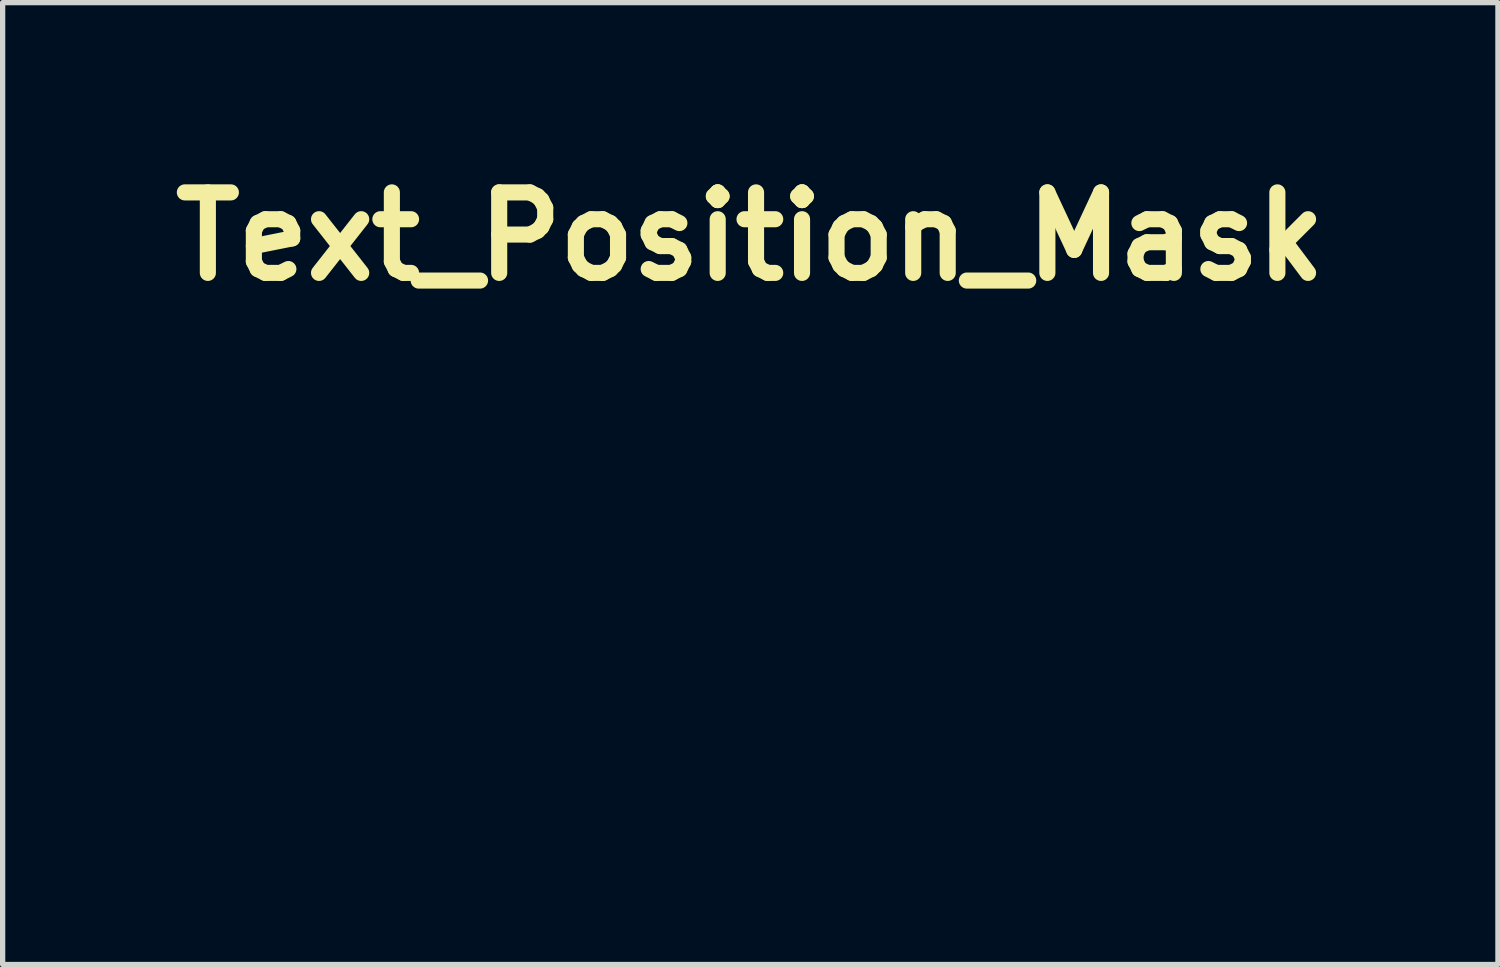
<source format=kicad_pcb>
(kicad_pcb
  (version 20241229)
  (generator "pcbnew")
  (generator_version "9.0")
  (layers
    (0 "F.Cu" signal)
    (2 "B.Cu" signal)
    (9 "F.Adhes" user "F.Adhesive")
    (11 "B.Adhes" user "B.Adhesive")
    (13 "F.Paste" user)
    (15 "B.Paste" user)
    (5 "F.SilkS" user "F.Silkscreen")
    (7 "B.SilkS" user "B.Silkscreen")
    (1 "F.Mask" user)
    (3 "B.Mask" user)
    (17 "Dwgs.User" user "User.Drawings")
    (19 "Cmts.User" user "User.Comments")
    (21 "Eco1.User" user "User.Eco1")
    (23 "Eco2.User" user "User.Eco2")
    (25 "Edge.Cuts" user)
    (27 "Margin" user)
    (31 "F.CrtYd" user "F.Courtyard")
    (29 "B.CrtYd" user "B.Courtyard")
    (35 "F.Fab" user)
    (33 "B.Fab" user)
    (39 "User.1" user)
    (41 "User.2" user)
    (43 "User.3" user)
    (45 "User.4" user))
  (footprint "Text_Position_Mask"
    (layer "F.Cu")
    (at 11.154 11.959)
    (property "Reference" "Text_Position_Mask" (at 0 -10.532 0) (layer "F.SilkS") (effects (font (size 1.524 1.524) (thickness 0.305))))
    (attr smd)
    (fp_poly (pts (xy 2.389 -1.711) (xy 2.239 -1.713) (xy 2.239 -0.034) (xy 2.217 -0.03) (xy 2.192 -0.028) (xy 2.165 -0.026) (xy 2.136 -0.026) (xy 2.113 -0.026) (xy 2.09 -0.027) (xy 2.069 -0.029) (xy 2.049 -0.031) (xy 2.03 -0.034) (xy 2.03 -1.713) (xy 1.883 -1.711) (xy 1.535 -1.711) (xy 1.532 -1.734) (xy 1.529 -1.756) (xy 1.528 -1.777) (xy 1.527 -1.798) (xy 1.528 -1.82) (xy 1.529 -1.843) (xy 1.532 -1.866) (xy 1.535 -1.89) (xy 2.731 -1.89) (xy 2.738 -1.871) (xy 2.743 -1.851) (xy 2.747 -1.828) (xy 2.748 -1.803) (xy 2.746 -1.784) (xy 2.741 -1.767) (xy 2.733 -1.752) (xy 2.722 -1.739) (xy 2.708 -1.729) (xy 2.691 -1.721) (xy 2.67 -1.715) (xy 2.647 -1.712) (xy 2.62 -1.711) (xy 2.389 -1.711)) (stroke (width 0) (type solid)) (fill yes) (layer "F.Mask"))
    (fp_poly (pts (xy 1.142 -1.303) (xy 1.142 -1.326) (xy 1.14 -1.349) (xy 1.138 -1.372) (xy 1.134 -1.395) (xy 1.13 -1.418) (xy 1.124 -1.441) (xy 1.118 -1.463) (xy 1.111 -1.486) (xy 1.103 -1.508) (xy 1.093 -1.53) (xy 1.082 -1.55) (xy 1.07 -1.57) (xy 1.057 -1.589) (xy 1.042 -1.607) (xy 1.026 -1.626) (xy 1.01 -1.643) (xy 0.992 -1.658) (xy 0.972 -1.673) (xy 0.951 -1.687) (xy 0.929 -1.699) (xy 0.906 -1.711) (xy 0.885 -1.72) (xy 0.863 -1.727) (xy 0.84 -1.734) (xy 0.816 -1.739) (xy 0.79 -1.743) (xy 0.764 -1.746) (xy 0.736 -1.748) (xy 0.708 -1.749) (xy 0.682 -1.748) (xy 0.657 -1.746) (xy 0.633 -1.743) (xy 0.61 -1.739) (xy 0.587 -1.733) (xy 0.565 -1.726) (xy 0.543 -1.718) (xy 0.523 -1.709) (xy 0.502 -1.698) (xy 0.483 -1.686) (xy 0.464 -1.673) (xy 0.445 -1.658) (xy 0.428 -1.642) (xy 0.411 -1.625) (xy 0.394 -1.607) (xy 0.378 -1.588) (xy 0.363 -1.567) (xy 0.349 -1.545) (xy 0.339 -1.528) (xy 0.329 -1.51) (xy 0.319 -1.491) (xy 0.311 -1.472) (xy 0.302 -1.453) (xy 0.294 -1.432) (xy 0.286 -1.411) (xy 0.279 -1.39) (xy 0.273 -1.368) (xy 0.266 -1.345) (xy 0.26 -1.322) (xy 0.255 -1.298) (xy 0.25 -1.274) (xy 0.245 -1.249) (xy 0.241 -1.223) (xy 0.238 -1.197) (xy 0.234 -1.17) (xy 0.232 -1.143) (xy 0.229 -1.115) (xy 0.227 -1.086) (xy 0.226 -1.057) (xy 0.225 -1.027) (xy 0.224 -0.997) (xy 0.224 -0.966) (xy 0.224 -0.935) (xy 0.225 -0.904) (xy 0.226 -0.874) (xy 0.227 -0.845) (xy 0.229 -0.816) (xy 0.232 -0.788) (xy 0.235 -0.76) (xy 0.238 -0.734) (xy 0.242 -0.707) (xy 0.246 -0.681) (xy 0.251 -0.656) (xy 0.256 -0.632) (xy 0.262 -0.608) (xy 0.268 -0.585) (xy 0.275 -0.562) (xy 0.282 -0.54) (xy 0.289 -0.518) (xy 0.297 -0.497) (xy 0.306 -0.477) (xy 0.314 -0.457) (xy 0.324 -0.438) (xy 0.333 -0.42) (xy 0.344 -0.402) (xy 0.354 -0.384) (xy 0.368 -0.364) (xy 0.383 -0.344) (xy 0.398 -0.326) (xy 0.414 -0.309) (xy 0.43 -0.293) (xy 0.447 -0.277) (xy 0.465 -0.264) (xy 0.483 -0.251) (xy 0.502 -0.239) (xy 0.522 -0.228) (xy 0.542 -0.219) (xy 0.562 -0.211) (xy 0.584 -0.203) (xy 0.605 -0.197) (xy 0.628 -0.192) (xy 0.651 -0.188) (xy 0.675 -0.186) (xy 0.699 -0.184) (xy 0.724 -0.183) (xy 0.746 -0.184) (xy 0.768 -0.185) (xy 0.79 -0.187) (xy 0.812 -0.19) (xy 0.834 -0.194) (xy 0.856 -0.199) (xy 0.878 -0.205) (xy 0.9 -0.212) (xy 0.923 -0.219) (xy 0.945 -0.228) (xy 0.967 -0.237) (xy 0.989 -0.247) (xy 1.012 -0.258) (xy 1.034 -0.27) (xy 1.056 -0.283) (xy 1.079 -0.297) (xy 1.101 -0.312) (xy 1.123 -0.327) (xy 1.146 -0.343) (xy 1.168 -0.361) (xy 1.191 -0.379) (xy 1.213 -0.398) (xy 1.233 -0.385) (xy 1.252 -0.371) (xy 1.269 -0.356) (xy 1.284 -0.34) (xy 1.297 -0.322) (xy 1.309 -0.303) (xy 1.319 -0.283) (xy 1.327 -0.262) (xy 1.311 -0.246) (xy 1.293 -0.23) (xy 1.276 -0.214) (xy 1.258 -0.199) (xy 1.239 -0.184) (xy 1.219 -0.17) (xy 1.199 -0.156) (xy 1.179 -0.143) (xy 1.158 -0.13) (xy 1.136 -0.117) (xy 1.114 -0.105) (xy 1.092 -0.094) (xy 1.068 -0.083) (xy 1.045 -0.072) (xy 1.021 -0.062) (xy 0.997 -0.053) (xy 0.972 -0.045) (xy 0.948 -0.037) (xy 0.923 -0.03) (xy 0.898 -0.024) (xy 0.873 -0.019) (xy 0.848 -0.014) (xy 0.822 -0.01) (xy 0.797 -0.007) (xy 0.771 -0.004) (xy 0.744 -0.003) (xy 0.718 -0.002) (xy 0.691 -0.001) (xy 0.664 -0.002) (xy 0.636 -0.003) (xy 0.61 -0.005) (xy 0.584 -0.008) (xy 0.559 -0.012) (xy 0.534 -0.017) (xy 0.51 -0.023) (xy 0.487 -0.029) (xy 0.464 -0.036) (xy 0.442 -0.045) (xy 0.42 -0.054) (xy 0.399 -0.064) (xy 0.379 -0.075) (xy 0.357 -0.088) (xy 0.336 -0.102) (xy 0.316 -0.116) (xy 0.297 -0.131) (xy 0.278 -0.147) (xy 0.26 -0.164) (xy 0.242 -0.182) (xy 0.225 -0.2) (xy 0.209 -0.219) (xy 0.193 -0.239) (xy 0.178 -0.26) (xy 0.164 -0.281) (xy 0.152 -0.301) (xy 0.14 -0.322) (xy 0.129 -0.344) (xy 0.118 -0.365) (xy 0.107 -0.388) (xy 0.097 -0.41) (xy 0.088 -0.433) (xy 0.079 -0.457) (xy 0.071 -0.481) (xy 0.063 -0.506) (xy 0.055 -0.531) (xy 0.048 -0.557) (xy 0.042 -0.583) (xy 0.037 -0.606) (xy 0.032 -0.63) (xy 0.028 -0.653) (xy 0.024 -0.677) (xy 0.021 -0.701) (xy 0.017 -0.725) (xy 0.014 -0.75) (xy 0.012 -0.775) (xy 0.01 -0.799) (xy 0.008 -0.824) (xy 0.006 -0.85) (xy 0.005 -0.875) (xy 0.004 -0.901) (xy 0.004 -0.926) (xy 0.004 -0.952) (xy 0.004 -0.981) (xy 0.004 -1.009) (xy 0.005 -1.036) (xy 0.007 -1.063) (xy 0.008 -1.09) (xy 0.01 -1.116) (xy 0.013 -1.142) (xy 0.016 -1.167) (xy 0.019 -1.192) (xy 0.022 -1.216) (xy 0.026 -1.24) (xy 0.031 -1.264) (xy 0.035 -1.287) (xy 0.04 -1.31) (xy 0.046 -1.333) (xy 0.052 -1.355) (xy 0.058 -1.376) (xy 0.067 -1.404) (xy 0.076 -1.431) (xy 0.085 -1.457) (xy 0.095 -1.483) (xy 0.106 -1.507) (xy 0.117 -1.531) (xy 0.128 -1.554) (xy 0.14 -1.577) (xy 0.153 -1.599) (xy 0.166 -1.62) (xy 0.179 -1.64) (xy 0.193 -1.659) (xy 0.207 -1.678) (xy 0.224 -1.698) (xy 0.24 -1.717) (xy 0.257 -1.735) (xy 0.274 -1.753) (xy 0.292 -1.769) (xy 0.311 -1.785) (xy 0.33 -1.8) (xy 0.349 -1.813) (xy 0.368 -1.826) (xy 0.389 -1.839) (xy 0.409 -1.85) (xy 0.43 -1.86) (xy 0.454 -1.871) (xy 0.477 -1.881) (xy 0.501 -1.89) (xy 0.526 -1.897) (xy 0.55 -1.904) (xy 0.575 -1.91) (xy 0.601 -1.914) (xy 0.626 -1.918) (xy 0.652 -1.921) (xy 0.678 -1.922) (xy 0.705 -1.923) (xy 0.731 -1.922) (xy 0.757 -1.921) (xy 0.783 -1.919) (xy 0.808 -1.917) (xy 0.833 -1.914) (xy 0.857 -1.91) (xy 0.881 -1.905) (xy 0.904 -1.9) (xy 0.927 -1.894) (xy 0.949 -1.887) (xy 0.971 -1.879) (xy 0.997 -1.869) (xy 1.023 -1.859) (xy 1.047 -1.847) (xy 1.07 -1.835) (xy 1.093 -1.823) (xy 1.115 -1.809) (xy 1.136 -1.795) (xy 1.156 -1.78) (xy 1.175 -1.765) (xy 1.193 -1.749) (xy 1.211 -1.733) (xy 1.227 -1.716) (xy 1.242 -1.698) (xy 1.257 -1.68) (xy 1.27 -1.661) (xy 1.283 -1.642) (xy 1.295 -1.622) (xy 1.305 -1.602) (xy 1.316 -1.579) (xy 1.326 -1.555) (xy 1.334 -1.532) (xy 1.34 -1.508) (xy 1.345 -1.484) (xy 1.349 -1.46) (xy 1.351 -1.436) (xy 1.352 -1.412) (xy 1.35 -1.389) (xy 1.347 -1.368) (xy 1.341 -1.349) (xy 1.333 -1.334) (xy 1.322 -1.32) (xy 1.31 -1.309) (xy 1.294 -1.3) (xy 1.277 -1.294) (xy 1.257 -1.291) (xy 1.235 -1.289) (xy 1.215 -1.29) (xy 1.193 -1.293) (xy 1.169 -1.297) (xy 1.142 -1.303) (xy 1.142 -1.303)) (stroke (width 0) (type solid)) (fill yes) (layer "F.Mask"))
    (fp_poly (pts (xy 3.099 -1.238) (xy 2.937 -0.465) (xy 2.929 -0.487) (xy 2.921 -0.51) (xy 2.914 -0.532) (xy 2.907 -0.556) (xy 2.9 -0.58) (xy 2.894 -0.604) (xy 2.889 -0.629) (xy 2.884 -0.654) (xy 2.879 -0.68) (xy 2.875 -0.706) (xy 2.871 -0.732) (xy 2.868 -0.759) (xy 2.865 -0.787) (xy 2.862 -0.814) (xy 2.86 -0.843) (xy 2.859 -0.872) (xy 2.858 -0.901) (xy 2.857 -0.931) (xy 2.857 -0.961) (xy 2.857 -0.987) (xy 2.857 -1.014) (xy 2.858 -1.04) (xy 2.86 -1.066) (xy 2.861 -1.091) (xy 2.863 -1.116) (xy 2.866 -1.141) (xy 2.868 -1.166) (xy 2.871 -1.19) (xy 2.875 -1.214) (xy 2.879 -1.238) (xy 2.883 -1.261) (xy 2.887 -1.284) (xy 2.892 -1.307) (xy 2.897 -1.33) (xy 2.903 -1.352) (xy 2.911 -1.379) (xy 2.919 -1.406) (xy 2.928 -1.432) (xy 2.937 -1.457) (xy 2.947 -1.482) (xy 2.957 -1.506) (xy 2.968 -1.529) (xy 2.98 -1.552) (xy 2.992 -1.574) (xy 3.004 -1.596) (xy 3.017 -1.617) (xy 3.03 -1.637) (xy 3.044 -1.656) (xy 3.06 -1.677) (xy 3.076 -1.697) (xy 3.093 -1.717) (xy 3.111 -1.735) (xy 3.129 -1.752) (xy 3.148 -1.769) (xy 3.167 -1.785) (xy 3.187 -1.8) (xy 3.207 -1.814) (xy 3.228 -1.828) (xy 3.25 -1.84) (xy 3.273 -1.852) (xy 3.294 -1.863) (xy 3.316 -1.872) (xy 3.339 -1.881) (xy 3.361 -1.889) (xy 3.385 -1.896) (xy 3.409 -1.902) (xy 3.433 -1.908) (xy 3.458 -1.912) (xy 3.483 -1.916) (xy 3.508 -1.919) (xy 3.534 -1.921) (xy 3.561 -1.922) (xy 3.588 -1.923) (xy 3.614 -1.922) (xy 3.64 -1.921) (xy 3.666 -1.919) (xy 3.691 -1.916) (xy 3.716 -1.913) (xy 3.74 -1.908) (xy 3.763 -1.903) (xy 3.786 -1.897) (xy 3.809 -1.89) (xy 3.831 -1.883) (xy 3.852 -1.874) (xy 3.873 -1.865) (xy 3.894 -1.855) (xy 3.914 -1.844) (xy 3.935 -1.832) (xy 3.955 -1.819) (xy 3.975 -1.806) (xy 3.995 -1.792) (xy 4.013 -1.777) (xy 4.032 -1.762) (xy 4.049 -1.745) (xy 4.066 -1.729) (xy 4.082 -1.711) (xy 4.098 -1.693) (xy 4.114 -1.674) (xy 4.128 -1.655) (xy 4.142 -1.635) (xy 4.156 -1.614) (xy 4.17 -1.593) (xy 4.182 -1.572) (xy 4.195 -1.55) (xy 4.206 -1.528) (xy 4.217 -1.505) (xy 4.228 -1.482) (xy 4.237 -1.458) (xy 4.247 -1.433) (xy 4.255 -1.408) (xy 4.264 -1.383) (xy 4.271 -1.357) (xy 4.278 -1.33) (xy 4.284 -1.307) (xy 4.289 -1.284) (xy 4.294 -1.26) (xy 4.298 -1.236) (xy 4.302 -1.212) (xy 4.306 -1.188) (xy 4.309 -1.164) (xy 4.312 -1.139) (xy 4.315 -1.115) (xy 4.317 -1.09) (xy 4.319 -1.065) (xy 4.32 -1.04) (xy 4.321 -1.014) (xy 4.321 -0.989) (xy 4.322 -0.963) (xy 4.321 -0.937) (xy 4.321 -0.91) (xy 4.32 -0.884) (xy 4.319 -0.858) (xy 4.317 -0.833) (xy 4.315 -0.807) (xy 4.312 -0.782) (xy 4.309 -0.757) (xy 4.306 -0.733) (xy 4.303 -0.709) (xy 4.299 -0.685) (xy 4.294 -0.661) (xy 4.289 -0.638) (xy 4.284 -0.615) (xy 4.279 -0.592) (xy 4.273 -0.569) (xy 4.265 -0.542) (xy 4.257 -0.516) (xy 4.249 -0.49) (xy 4.24 -0.465) (xy 4.23 -0.441) (xy 4.22 -0.417) (xy 4.21 -0.393) (xy 4.198 -0.37) (xy 4.187 -0.348) (xy 4.174 -0.326) (xy 4.161 -0.305) (xy 4.148 -0.285) (xy 4.134 -0.265) (xy 4.118 -0.244) (xy 4.102 -0.225) (xy 4.085 -0.206) (xy 4.067 -0.188) (xy 4.049 -0.17) (xy 4.03 -0.153) (xy 4.011 -0.138) (xy 3.99 -0.122) (xy 3.97 -0.108) (xy 3.948 -0.094) (xy 3.926 -0.081) (xy 3.903 -0.069) (xy 3.882 -0.059) (xy 3.86 -0.05) (xy 3.838 -0.041) (xy 3.815 -0.034) (xy 3.792 -0.027) (xy 3.768 -0.021) (xy 3.744 -0.016) (xy 3.719 -0.011) (xy 3.694 -0.008) (xy 3.668 -0.005) (xy 3.642 -0.003) (xy 3.615 -0.002) (xy 3.588 -0.001) (xy 3.561 -0.002) (xy 3.535 -0.003) (xy 3.509 -0.005) (xy 3.484 -0.008) (xy 3.459 -0.011) (xy 3.435 -0.015) (xy 3.411 -0.021) (xy 3.388 -0.026) (xy 3.365 -0.033) (xy 3.343 -0.041) (xy 3.321 -0.049) (xy 3.299 -0.058) (xy 3.278 -0.068) (xy 3.258 -0.078) (xy 3.238 -0.09) (xy 3.218 -0.102) (xy 3.199 -0.115) (xy 3.181 -0.129) (xy 3.162 -0.144) (xy 3.145 -0.159) (xy 3.129 -0.173) (xy 3.114 -0.188) (xy 3.099 -0.203) (xy 3.084 -0.219) (xy 3.07 -0.235) (xy 3.057 -0.252) (xy 3.044 -0.269) (xy 3.031 -0.287) (xy 3.019 -0.305) (xy 3.007 -0.323) (xy 2.996 -0.342) (xy 2.985 -0.362) (xy 2.974 -0.381) (xy 2.964 -0.402) (xy 2.955 -0.422) (xy 2.946 -0.443) (xy 2.937 -0.465) (xy 3.099 -1.238) (xy 3.094 -1.216) (xy 3.091 -1.194) (xy 3.087 -1.171) (xy 3.084 -1.148) (xy 3.082 -1.125) (xy 3.08 -1.102) (xy 3.079 -1.079) (xy 3.078 -1.056) (xy 3.078 -1.033) (xy 3.077 -1.01) (xy 3.077 -0.987) (xy 3.077 -0.963) (xy 3.077 -0.939) (xy 3.078 -0.914) (xy 3.079 -0.889) (xy 3.08 -0.863) (xy 3.082 -0.837) (xy 3.084 -0.811) (xy 3.086 -0.784) (xy 3.089 -0.757) (xy 3.092 -0.73) (xy 3.096 -0.702) (xy 3.1 -0.678) (xy 3.104 -0.654) (xy 3.109 -0.63) (xy 3.114 -0.606) (xy 3.121 -0.582) (xy 3.127 -0.559) (xy 3.134 -0.536) (xy 3.142 -0.513) (xy 3.151 -0.491) (xy 3.16 -0.469) (xy 3.169 -0.447) (xy 3.181 -0.424) (xy 3.193 -0.402) (xy 3.206 -0.38) (xy 3.22 -0.36) (xy 3.235 -0.34) (xy 3.251 -0.32) (xy 3.268 -0.302) (xy 3.286 -0.284) (xy 3.305 -0.267) (xy 3.324 -0.251) (xy 3.343 -0.238) (xy 3.363 -0.226) (xy 3.384 -0.215) (xy 3.406 -0.206) (xy 3.429 -0.198) (xy 3.453 -0.191) (xy 3.478 -0.185) (xy 3.504 -0.181) (xy 3.531 -0.178) (xy 3.559 -0.176) (xy 3.588 -0.175) (xy 3.615 -0.176) (xy 3.641 -0.178) (xy 3.666 -0.181) (xy 3.69 -0.185) (xy 3.713 -0.19) (xy 3.736 -0.197) (xy 3.757 -0.204) (xy 3.778 -0.213) (xy 3.801 -0.225) (xy 3.823 -0.237) (xy 3.843 -0.25) (xy 3.863 -0.264) (xy 3.882 -0.279) (xy 3.9 -0.294) (xy 3.917 -0.311) (xy 3.933 -0.329) (xy 3.947 -0.348) (xy 3.961 -0.368) (xy 3.974 -0.389) (xy 3.986 -0.41) (xy 3.997 -0.432) (xy 4.006 -0.455) (xy 4.016 -0.479) (xy 4.025 -0.502) (xy 4.034 -0.526) (xy 4.041 -0.55) (xy 4.049 -0.574) (xy 4.055 -0.599) (xy 4.061 -0.624) (xy 4.067 -0.649) (xy 4.072 -0.675) (xy 4.077 -0.7) (xy 4.081 -0.725) (xy 4.085 -0.75) (xy 4.088 -0.775) (xy 4.091 -0.8) (xy 4.093 -0.825) (xy 4.095 -0.849) (xy 4.096 -0.873) (xy 4.097 -0.896) (xy 4.098 -0.919) (xy 4.099 -0.941) (xy 4.099 -0.963) (xy 4.099 -0.987) (xy 4.098 -1.012) (xy 4.097 -1.037) (xy 4.096 -1.062) (xy 4.094 -1.088) (xy 4.092 -1.114) (xy 4.089 -1.14) (xy 4.087 -1.167) (xy 4.083 -1.194) (xy 4.08 -1.222) (xy 4.076 -1.247) (xy 4.072 -1.271) (xy 4.067 -1.296) (xy 4.061 -1.319) (xy 4.055 -1.343) (xy 4.048 -1.366) (xy 4.04 -1.389) (xy 4.032 -1.412) (xy 4.023 -1.434) (xy 4.014 -1.456) (xy 4.004 -1.477) (xy 3.992 -1.5) (xy 3.98 -1.522) (xy 3.967 -1.543) (xy 3.953 -1.564) (xy 3.938 -1.584) (xy 3.922 -1.603) (xy 3.905 -1.621) (xy 3.887 -1.638) (xy 3.868 -1.654) (xy 3.849 -1.67) (xy 3.83 -1.684) (xy 3.811 -1.696) (xy 3.791 -1.707) (xy 3.769 -1.717) (xy 3.746 -1.725) (xy 3.723 -1.733) (xy 3.698 -1.738) (xy 3.672 -1.743) (xy 3.645 -1.746) (xy 3.617 -1.748) (xy 3.588 -1.749) (xy 3.561 -1.748) (xy 3.535 -1.747) (xy 3.51 -1.744) (xy 3.486 -1.74) (xy 3.463 -1.735) (xy 3.44 -1.728) (xy 3.419 -1.721) (xy 3.398 -1.712) (xy 3.379 -1.703) (xy 3.357 -1.691) (xy 3.337 -1.679) (xy 3.318 -1.666) (xy 3.299 -1.652) (xy 3.282 -1.637) (xy 3.265 -1.621) (xy 3.249 -1.604) (xy 3.235 -1.586) (xy 3.221 -1.568) (xy 3.209 -1.549) (xy 3.197 -1.53) (xy 3.186 -1.51) (xy 3.175 -1.489) (xy 3.165 -1.468) (xy 3.156 -1.445) (xy 3.148 -1.423) (xy 3.14 -1.4) (xy 3.133 -1.377) (xy 3.127 -1.355) (xy 3.12 -1.332) (xy 3.114 -1.308) (xy 3.109 -1.285) (xy 3.104 -1.262) (xy 3.099 -1.238) (xy 3.099 -1.238)) (stroke (width 0) (type solid)) (fill yes) (layer "F.Mask")))
  (gr_rect
    (start -3 -3)
    (end 25.308 15.209)
    (stroke (width 0.1) (type default))
    (fill no)
    (layer "Edge.Cuts")))
</source>
